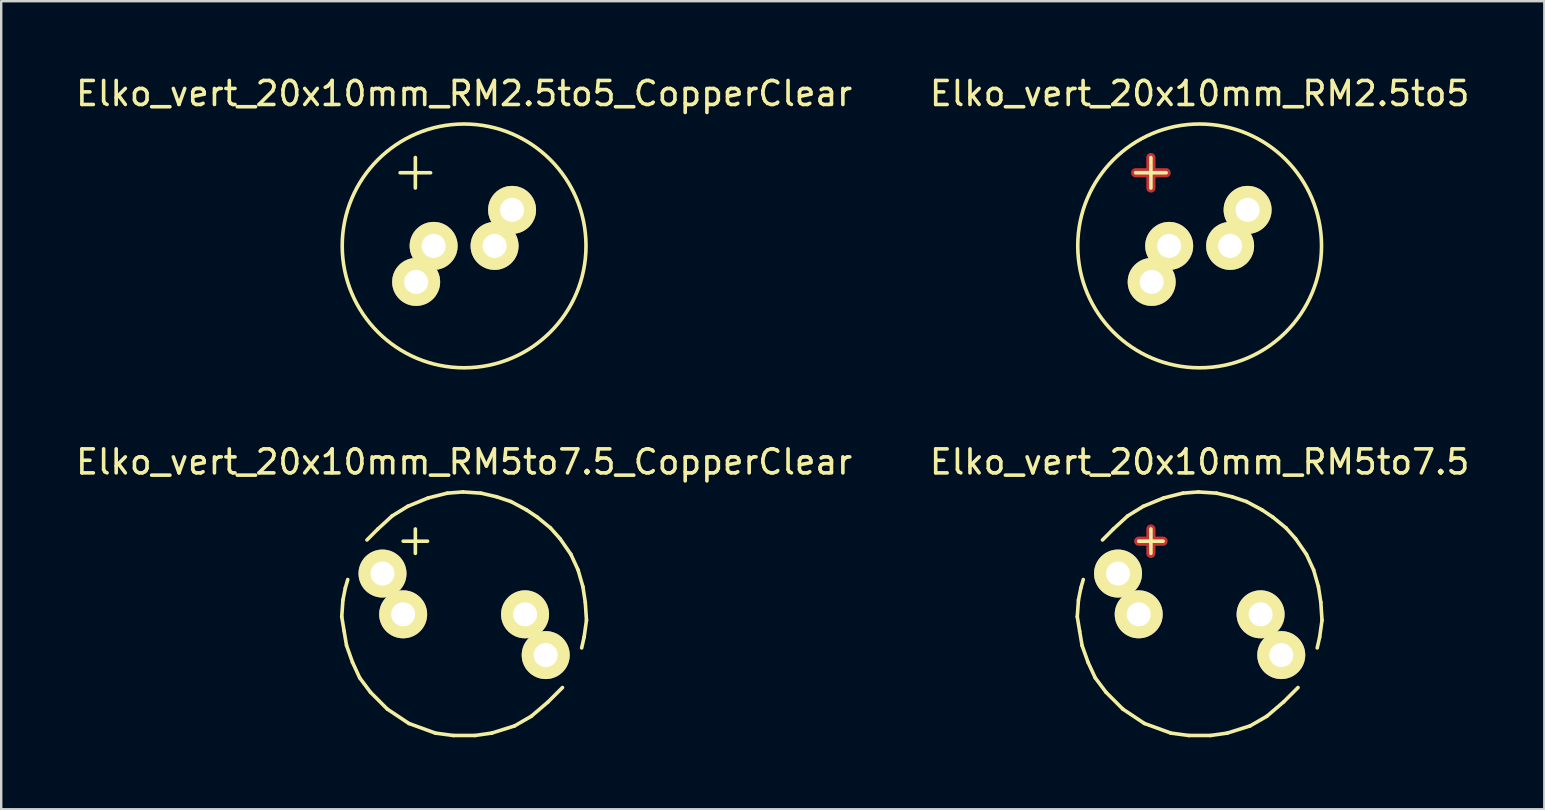
<source format=kicad_pcb>
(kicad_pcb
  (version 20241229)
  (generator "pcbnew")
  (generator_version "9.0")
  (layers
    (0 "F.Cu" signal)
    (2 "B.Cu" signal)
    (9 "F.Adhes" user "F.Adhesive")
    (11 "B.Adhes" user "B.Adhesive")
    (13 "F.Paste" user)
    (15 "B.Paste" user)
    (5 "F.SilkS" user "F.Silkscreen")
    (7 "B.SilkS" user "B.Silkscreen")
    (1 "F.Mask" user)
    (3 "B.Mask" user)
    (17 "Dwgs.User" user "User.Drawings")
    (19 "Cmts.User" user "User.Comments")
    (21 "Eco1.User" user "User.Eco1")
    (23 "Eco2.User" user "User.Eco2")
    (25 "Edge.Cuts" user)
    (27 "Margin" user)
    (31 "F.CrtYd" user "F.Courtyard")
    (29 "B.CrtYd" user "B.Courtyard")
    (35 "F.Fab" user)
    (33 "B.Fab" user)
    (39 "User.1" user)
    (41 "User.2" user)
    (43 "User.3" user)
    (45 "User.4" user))
  (footprint "Elko_vert_20x10mm_RM5to7.5_CopperClear"
    (layer "F.Cu")
    (at 16.292 22.552)
    (property "Reference" "Elko_vert_20x10mm_RM5to7.5_CopperClear" (at 0 -6.35 0) (layer "F.SilkS") (effects (font (size 1 1) (thickness 0.15))))
    (attr through_hole)
    (fp_line (start -5.1 0.099) (end -5.001 0.701) (stroke (width 0.15) (type solid)) (layer "F.SilkS"))
    (fp_line (start -5.05 -0.599) (end -5.1 0.099) (stroke (width 0.15) (type solid)) (layer "F.SilkS"))
    (fp_line (start -5.001 0.701) (end -4.9 1.3) (stroke (width 0.15) (type solid)) (layer "F.SilkS"))
    (fp_line (start -4.95 -1.1) (end -5.05 -0.599) (stroke (width 0.15) (type solid)) (layer "F.SilkS"))
    (fp_line (start -4.9 1.3) (end -4.651 1.999) (stroke (width 0.15) (type solid)) (layer "F.SilkS"))
    (fp_line (start -4.849 -1.45) (end -4.95 -1.1) (stroke (width 0.15) (type solid)) (layer "F.SilkS"))
    (fp_line (start -4.651 1.999) (end -4.351 2.649) (stroke (width 0.15) (type solid)) (layer "F.SilkS"))
    (fp_line (start -4.351 2.649) (end -3.899 3.251) (stroke (width 0.15) (type solid)) (layer "F.SilkS"))
    (fp_line (start -3.899 3.251) (end -3.2 3.95) (stroke (width 0.15) (type solid)) (layer "F.SilkS"))
    (fp_line (start -3.599 -3.551) (end -4.049 -3.099) (stroke (width 0.15) (type solid)) (layer "F.SilkS"))
    (fp_line (start -3.2 3.95) (end -2.301 4.549) (stroke (width 0.15) (type solid)) (layer "F.SilkS"))
    (fp_line (start -3 -4.1) (end -3.599 -3.551) (stroke (width 0.15) (type solid)) (layer "F.SilkS"))
    (fp_line (start -2.54 -3.048) (end -1.524 -3.048) (stroke (width 0.15) (type solid)) (layer "F.SilkS"))
    (fp_line (start -2.349 -4.501) (end -3 -4.1) (stroke (width 0.15) (type solid)) (layer "F.SilkS"))
    (fp_line (start -2.301 4.549) (end -1.199 4.95) (stroke (width 0.15) (type solid)) (layer "F.SilkS"))
    (fp_line (start -2.032 -3.556) (end -2.032 -2.54) (stroke (width 0.15) (type solid)) (layer "F.SilkS"))
    (fp_line (start -1.501 -4.849) (end -2.349 -4.501) (stroke (width 0.15) (type solid)) (layer "F.SilkS"))
    (fp_line (start -1.199 4.95) (end -0.45 5.05) (stroke (width 0.15) (type solid)) (layer "F.SilkS"))
    (fp_line (start -0.701 -5.05) (end -1.501 -4.849) (stroke (width 0.15) (type solid)) (layer "F.SilkS"))
    (fp_line (start -0.45 5.05) (end 0.45 5.05) (stroke (width 0.15) (type solid)) (layer "F.SilkS"))
    (fp_line (start -0.051 -5.1) (end -0.701 -5.05) (stroke (width 0.15) (type solid)) (layer "F.SilkS"))
    (fp_line (start 0.45 5.05) (end 1.151 4.95) (stroke (width 0.15) (type solid)) (layer "F.SilkS"))
    (fp_line (start 0.701 -5.05) (end -0.051 -5.1) (stroke (width 0.15) (type solid)) (layer "F.SilkS"))
    (fp_line (start 1.151 4.95) (end 2.101 4.651) (stroke (width 0.15) (type solid)) (layer "F.SilkS"))
    (fp_line (start 1.349 -4.9) (end 0.701 -5.05) (stroke (width 0.15) (type solid)) (layer "F.SilkS"))
    (fp_line (start 1.951 -4.699) (end 1.349 -4.9) (stroke (width 0.15) (type solid)) (layer "F.SilkS"))
    (fp_line (start 2.101 4.651) (end 2.799 4.249) (stroke (width 0.15) (type solid)) (layer "F.SilkS"))
    (fp_line (start 2.601 -4.351) (end 1.951 -4.699) (stroke (width 0.15) (type solid)) (layer "F.SilkS"))
    (fp_line (start 2.799 4.249) (end 3.5 3.65) (stroke (width 0.15) (type solid)) (layer "F.SilkS"))
    (fp_line (start 3.051 -4.049) (end 2.601 -4.351) (stroke (width 0.15) (type solid)) (layer "F.SilkS"))
    (fp_line (start 3.5 3.65) (end 4.1 3.051) (stroke (width 0.15) (type solid)) (layer "F.SilkS"))
    (fp_line (start 3.599 -3.599) (end 3.051 -4.049) (stroke (width 0.15) (type solid)) (layer "F.SilkS"))
    (fp_line (start 4 -3.15) (end 3.599 -3.599) (stroke (width 0.15) (type solid)) (layer "F.SilkS"))
    (fp_line (start 4.45 -2.499) (end 4 -3.15) (stroke (width 0.15) (type solid)) (layer "F.SilkS"))
    (fp_line (start 4.75 -1.849) (end 4.45 -2.499) (stroke (width 0.15) (type solid)) (layer "F.SilkS"))
    (fp_line (start 4.9 1.4) (end 5.001 0.95) (stroke (width 0.15) (type solid)) (layer "F.SilkS"))
    (fp_line (start 4.95 -1.151) (end 4.75 -1.849) (stroke (width 0.15) (type solid)) (layer "F.SilkS"))
    (fp_line (start 5.001 0.95) (end 5.1 0.249) (stroke (width 0.15) (type solid)) (layer "F.SilkS"))
    (fp_line (start 5.05 -0.5) (end 4.95 -1.151) (stroke (width 0.15) (type solid)) (layer "F.SilkS"))
    (fp_line (start 5.1 0.249) (end 5.05 -0.5) (stroke (width 0.15) (type solid)) (layer "F.SilkS"))
    (pad "1" thru_hole circle (at -3.401 -1.699) (size 1.999 1.999) (drill 1.001) (layers "*.Cu" "*.Mask" "F.SilkS"))
    (pad "1" thru_hole circle (at -2.54 0) (size 1.999 1.999) (drill 1.001) (layers "*.Cu" "*.Mask" "F.SilkS"))
    (pad "2" thru_hole circle (at 2.54 0) (size 1.999 1.999) (drill 1.001) (layers "*.Cu" "*.Mask" "F.SilkS"))
    (pad "2" thru_hole circle (at 3.401 1.699) (size 1.999 1.999) (drill 1.001) (layers "*.Cu" "*.Mask" "F.SilkS")))
  (footprint "Elko_vert_20x10mm_RM2.5to5_CopperClear"
    (layer "F.Cu")
    (at 16.292 7.198)
    (property "Reference" "Elko_vert_20x10mm_RM2.5to5_CopperClear" (at 0 -6.35 0) (layer "F.SilkS") (effects (font (size 1 1) (thickness 0.15))))
    (attr through_hole)
    (fp_line (start -2.667 -3.048) (end -1.397 -3.048) (stroke (width 0.15) (type solid)) (layer "F.SilkS"))
    (fp_line (start -2.032 -3.683) (end -2.032 -2.413) (stroke (width 0.15) (type solid)) (layer "F.SilkS"))
    (fp_circle (center 0 0) (end 5.08 0) (stroke (width 0.15) (type solid)) (fill no) (layer "F.SilkS"))
    (pad "1" thru_hole circle (at -1.999 1.501) (size 1.999 1.999) (drill 1.001) (layers "*.Cu" "*.Mask" "F.SilkS"))
    (pad "1" thru_hole circle (at -1.27 0) (size 1.999 1.999) (drill 1.001) (layers "*.Cu" "*.Mask" "F.SilkS"))
    (pad "2" thru_hole circle (at 1.27 0) (size 1.999 1.999) (drill 1.001) (layers "*.Cu" "*.Mask" "F.SilkS"))
    (pad "2" thru_hole circle (at 1.999 -1.501) (size 1.999 1.999) (drill 1.001) (layers "*.Cu" "*.Mask" "F.SilkS")))
  (footprint "Elko_vert_20x10mm_RM5to7.5"
    (layer "F.Cu")
    (at 46.946 22.552)
    (property "Reference" "Elko_vert_20x10mm_RM5to7.5" (at 0 -6.35 0) (layer "F.SilkS") (effects (font (size 1 1) (thickness 0.15))))
    (attr through_hole)
    (fp_line (start -2.54 -3.048) (end -1.524 -3.048) (stroke (width 0.381) (type solid)) (layer "F.Cu"))
    (fp_line (start -2.032 -3.556) (end -2.032 -2.54) (stroke (width 0.381) (type solid)) (layer "F.Cu"))
    (fp_line (start -5.1 0.099) (end -5.001 0.701) (stroke (width 0.15) (type solid)) (layer "F.SilkS"))
    (fp_line (start -5.05 -0.599) (end -5.1 0.099) (stroke (width 0.15) (type solid)) (layer "F.SilkS"))
    (fp_line (start -5.001 0.701) (end -4.9 1.3) (stroke (width 0.15) (type solid)) (layer "F.SilkS"))
    (fp_line (start -4.95 -1.1) (end -5.05 -0.599) (stroke (width 0.15) (type solid)) (layer "F.SilkS"))
    (fp_line (start -4.9 1.3) (end -4.651 1.999) (stroke (width 0.15) (type solid)) (layer "F.SilkS"))
    (fp_line (start -4.849 -1.45) (end -4.95 -1.1) (stroke (width 0.15) (type solid)) (layer "F.SilkS"))
    (fp_line (start -4.651 1.999) (end -4.351 2.649) (stroke (width 0.15) (type solid)) (layer "F.SilkS"))
    (fp_line (start -4.351 2.649) (end -3.899 3.251) (stroke (width 0.15) (type solid)) (layer "F.SilkS"))
    (fp_line (start -3.899 3.251) (end -3.2 3.95) (stroke (width 0.15) (type solid)) (layer "F.SilkS"))
    (fp_line (start -3.599 -3.551) (end -4.049 -3.099) (stroke (width 0.15) (type solid)) (layer "F.SilkS"))
    (fp_line (start -3.2 3.95) (end -2.301 4.549) (stroke (width 0.15) (type solid)) (layer "F.SilkS"))
    (fp_line (start -3 -4.1) (end -3.599 -3.551) (stroke (width 0.15) (type solid)) (layer "F.SilkS"))
    (fp_line (start -2.54 -3.048) (end -1.524 -3.048) (stroke (width 0.15) (type solid)) (layer "F.SilkS"))
    (fp_line (start -2.349 -4.501) (end -3 -4.1) (stroke (width 0.15) (type solid)) (layer "F.SilkS"))
    (fp_line (start -2.301 4.549) (end -1.199 4.95) (stroke (width 0.15) (type solid)) (layer "F.SilkS"))
    (fp_line (start -2.032 -3.556) (end -2.032 -2.54) (stroke (width 0.15) (type solid)) (layer "F.SilkS"))
    (fp_line (start -1.501 -4.849) (end -2.349 -4.501) (stroke (width 0.15) (type solid)) (layer "F.SilkS"))
    (fp_line (start -1.199 4.95) (end -0.45 5.05) (stroke (width 0.15) (type solid)) (layer "F.SilkS"))
    (fp_line (start -0.701 -5.05) (end -1.501 -4.849) (stroke (width 0.15) (type solid)) (layer "F.SilkS"))
    (fp_line (start -0.45 5.05) (end 0.45 5.05) (stroke (width 0.15) (type solid)) (layer "F.SilkS"))
    (fp_line (start -0.051 -5.1) (end -0.701 -5.05) (stroke (width 0.15) (type solid)) (layer "F.SilkS"))
    (fp_line (start 0.45 5.05) (end 1.151 4.95) (stroke (width 0.15) (type solid)) (layer "F.SilkS"))
    (fp_line (start 0.701 -5.05) (end -0.051 -5.1) (stroke (width 0.15) (type solid)) (layer "F.SilkS"))
    (fp_line (start 1.151 4.95) (end 2.101 4.651) (stroke (width 0.15) (type solid)) (layer "F.SilkS"))
    (fp_line (start 1.349 -4.9) (end 0.701 -5.05) (stroke (width 0.15) (type solid)) (layer "F.SilkS"))
    (fp_line (start 1.951 -4.699) (end 1.349 -4.9) (stroke (width 0.15) (type solid)) (layer "F.SilkS"))
    (fp_line (start 2.101 4.651) (end 2.799 4.249) (stroke (width 0.15) (type solid)) (layer "F.SilkS"))
    (fp_line (start 2.601 -4.351) (end 1.951 -4.699) (stroke (width 0.15) (type solid)) (layer "F.SilkS"))
    (fp_line (start 2.799 4.249) (end 3.5 3.65) (stroke (width 0.15) (type solid)) (layer "F.SilkS"))
    (fp_line (start 3.051 -4.049) (end 2.601 -4.351) (stroke (width 0.15) (type solid)) (layer "F.SilkS"))
    (fp_line (start 3.5 3.65) (end 4.1 3.051) (stroke (width 0.15) (type solid)) (layer "F.SilkS"))
    (fp_line (start 3.599 -3.599) (end 3.051 -4.049) (stroke (width 0.15) (type solid)) (layer "F.SilkS"))
    (fp_line (start 4 -3.15) (end 3.599 -3.599) (stroke (width 0.15) (type solid)) (layer "F.SilkS"))
    (fp_line (start 4.45 -2.499) (end 4 -3.15) (stroke (width 0.15) (type solid)) (layer "F.SilkS"))
    (fp_line (start 4.75 -1.849) (end 4.45 -2.499) (stroke (width 0.15) (type solid)) (layer "F.SilkS"))
    (fp_line (start 4.9 1.4) (end 5.001 0.95) (stroke (width 0.15) (type solid)) (layer "F.SilkS"))
    (fp_line (start 4.95 -1.151) (end 4.75 -1.849) (stroke (width 0.15) (type solid)) (layer "F.SilkS"))
    (fp_line (start 5.001 0.95) (end 5.1 0.249) (stroke (width 0.15) (type solid)) (layer "F.SilkS"))
    (fp_line (start 5.05 -0.5) (end 4.95 -1.151) (stroke (width 0.15) (type solid)) (layer "F.SilkS"))
    (fp_line (start 5.1 0.249) (end 5.05 -0.5) (stroke (width 0.15) (type solid)) (layer "F.SilkS"))
    (pad "1" thru_hole circle (at -3.401 -1.699) (size 1.999 1.999) (drill 1.001) (layers "*.Cu" "*.Mask" "F.SilkS"))
    (pad "1" thru_hole circle (at -2.54 0) (size 1.999 1.999) (drill 1.001) (layers "*.Cu" "*.Mask" "F.SilkS"))
    (pad "2" thru_hole circle (at 2.54 0) (size 1.999 1.999) (drill 1.001) (layers "*.Cu" "*.Mask" "F.SilkS"))
    (pad "2" thru_hole circle (at 3.401 1.699) (size 1.999 1.999) (drill 1.001) (layers "*.Cu" "*.Mask" "F.SilkS")))
  (footprint "Elko_vert_20x10mm_RM2.5to5"
    (layer "F.Cu")
    (at 46.946 7.198)
    (property "Reference" "Elko_vert_20x10mm_RM2.5to5" (at 0 -6.35 0) (layer "F.SilkS") (effects (font (size 1 1) (thickness 0.15))))
    (attr through_hole)
    (fp_line (start -2.667 -3.048) (end -1.397 -3.048) (stroke (width 0.381) (type solid)) (layer "F.Cu"))
    (fp_line (start -2.032 -3.683) (end -2.032 -2.413) (stroke (width 0.381) (type solid)) (layer "F.Cu"))
    (fp_line (start -2.667 -3.048) (end -1.397 -3.048) (stroke (width 0.15) (type solid)) (layer "F.SilkS"))
    (fp_line (start -2.032 -3.683) (end -2.032 -2.413) (stroke (width 0.15) (type solid)) (layer "F.SilkS"))
    (fp_circle (center 0 0) (end 5.08 0) (stroke (width 0.15) (type solid)) (fill no) (layer "F.SilkS"))
    (pad "1" thru_hole circle (at -1.999 1.501) (size 1.999 1.999) (drill 1.001) (layers "*.Cu" "*.Mask" "F.SilkS"))
    (pad "1" thru_hole circle (at -1.27 0) (size 1.999 1.999) (drill 1.001) (layers "*.Cu" "*.Mask" "F.SilkS"))
    (pad "2" thru_hole circle (at 1.27 0) (size 1.999 1.999) (drill 1.001) (layers "*.Cu" "*.Mask" "F.SilkS"))
    (pad "2" thru_hole circle (at 1.999 -1.501) (size 1.999 1.999) (drill 1.001) (layers "*.Cu" "*.Mask" "F.SilkS")))
  (gr_rect
    (start -3 -3)
    (end 61.31 30.676)
    (stroke (width 0.1) (type default))
    (fill no)
    (layer "Edge.Cuts")))
</source>
